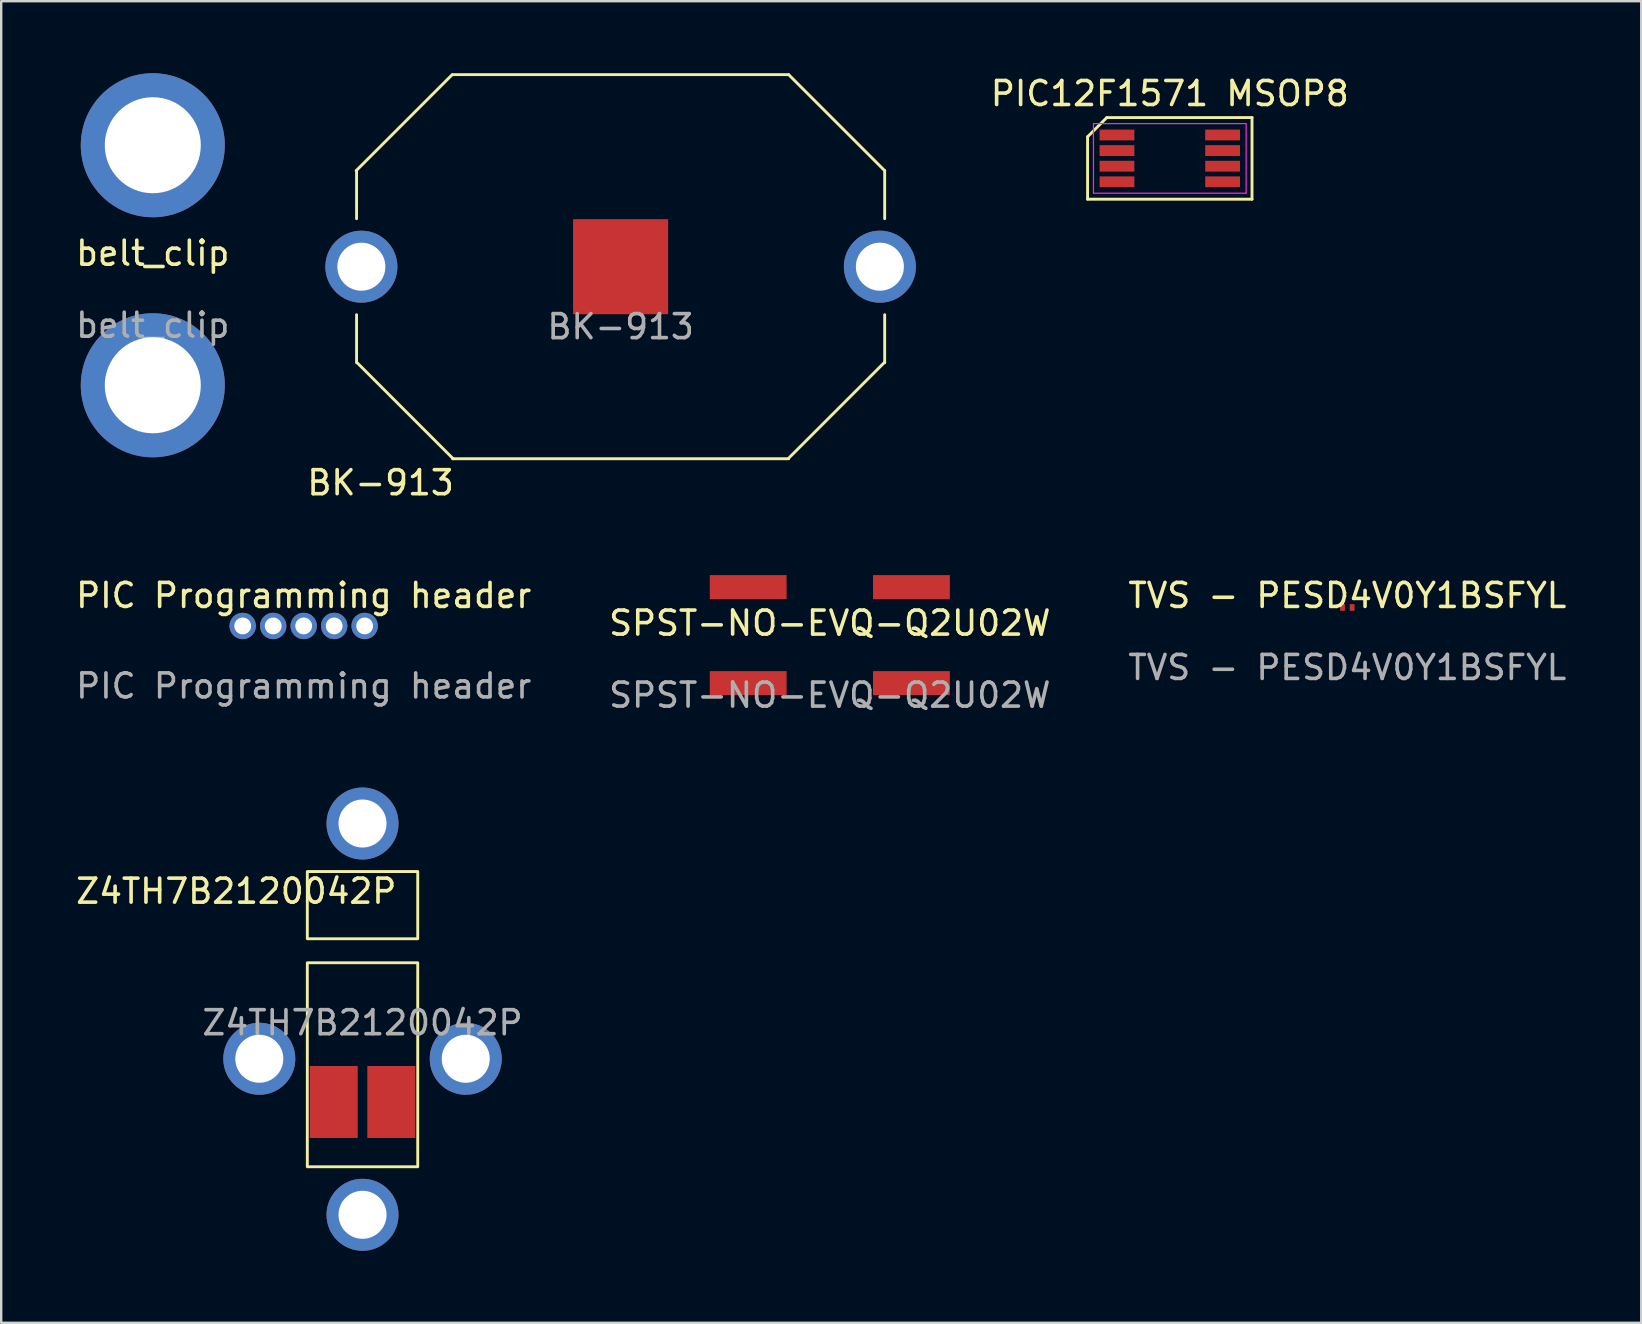
<source format=kicad_pcb>
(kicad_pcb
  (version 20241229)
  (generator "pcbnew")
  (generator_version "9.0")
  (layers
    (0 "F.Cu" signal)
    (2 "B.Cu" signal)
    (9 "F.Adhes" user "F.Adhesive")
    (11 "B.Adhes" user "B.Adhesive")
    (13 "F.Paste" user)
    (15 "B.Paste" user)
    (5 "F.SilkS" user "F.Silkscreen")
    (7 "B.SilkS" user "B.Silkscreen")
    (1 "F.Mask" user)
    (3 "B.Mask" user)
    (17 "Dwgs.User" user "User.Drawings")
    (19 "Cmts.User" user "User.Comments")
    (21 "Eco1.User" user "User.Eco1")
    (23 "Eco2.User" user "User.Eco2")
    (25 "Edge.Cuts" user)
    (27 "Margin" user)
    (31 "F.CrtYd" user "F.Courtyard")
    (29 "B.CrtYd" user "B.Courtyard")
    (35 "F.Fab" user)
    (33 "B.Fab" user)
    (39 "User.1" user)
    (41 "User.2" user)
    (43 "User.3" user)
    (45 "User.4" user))
  (footprint "Z4TH7B2120042P"
    (layer "F.Cu")
    (at 12.052 37.056)
    (property "Reference" "Z4TH7B2120042P" (at -5.26 -2.98 0) (unlocked yes) (layer "F.SilkS") (effects (font (size 1 1) (thickness 0.15))))
    (attr through_hole)
    (fp_rect (start -2.3 -3.8) (end 2.3 -1) (stroke (width 0.12) (type solid)) (fill no) (layer "F.SilkS"))
    (fp_rect (start -2.3 0) (end 2.3 8.5) (stroke (width 0.12) (type solid)) (fill no) (layer "F.SilkS"))
    (fp_text user "${REFERENCE}" (at 0 2.5 0) (unlocked yes) (layer "F.Fab") (effects (font (size 1 1) (thickness 0.15))))
    (pad "" thru_hole circle (at -4.3 4) (size 3 3) (drill 2) (layers "*.Cu" "*.Mask"))
    (pad "" thru_hole circle (at 0 -5.8) (size 3 3) (drill 2) (layers "*.Cu" "*.Mask"))
    (pad "" thru_hole circle (at 0 10.5) (size 3 3) (drill 2) (layers "*.Cu" "*.Mask"))
    (pad "" thru_hole circle (at 4.3 4) (size 3 3) (drill 2) (layers "*.Cu" "*.Mask"))
    (pad "1" smd rect (at 1.2 5.8) (size 2 3) (layers "F.Cu" "F.Mask" "F.Paste"))
    (pad "2" smd rect (at -1.2 5.8) (size 2 3) (layers "F.Cu" "F.Mask" "F.Paste")))
  (footprint "belt_clip"
    (layer "F.Cu")
    (at 3.315 8)
    (property "Reference" "belt_clip" (at 0 -0.5 0) (unlocked yes) (layer "F.SilkS") (effects (font (size 1 1) (thickness 0.15))))
    (attr through_hole)
    (fp_text user "${REFERENCE}" (at 0 2.5 0) (unlocked yes) (layer "F.Fab") (effects (font (size 1 1) (thickness 0.15))))
    (pad "1" thru_hole circle (at 0 -5) (size 6 6) (drill 4) (layers "*.Cu" "*.Mask"))
    (pad "1" thru_hole circle (at 0 5) (size 6 6) (drill 4) (layers "*.Cu" "*.Mask")))
  (footprint "TVS - PESD4V0Y1BSFYL"
    (layer "F.Cu")
    (at 53.077 22.256)
    (property "Reference" "TVS - PESD4V0Y1BSFYL" (at 0 -0.5 0) (unlocked yes) (layer "F.SilkS") (effects (font (size 1 1) (thickness 0.15))))
    (attr through_hole)
    (fp_text user "${REFERENCE}" (at 0 2.5 0) (unlocked yes) (layer "F.Fab") (effects (font (size 1 1) (thickness 0.15))))
    (pad "1" smd rect (at -0.2 0) (size 0.2 0.28) (layers "F.Cu" "F.Mask" "F.Paste"))
    (pad "2" smd rect (at 0.2 0) (size 0.2 0.28) (layers "F.Cu" "F.Mask" "F.Paste")))
  (footprint "PIC Programming header"
    (layer "F.Cu")
    (at 9.601 23.026)
    (property "Reference" "PIC Programming header" (at 0 -1.27 0) (unlocked yes) (layer "F.SilkS") (effects (font (size 1 1) (thickness 0.15))))
    (attr through_hole)
    (fp_text user "${REFERENCE}" (at 0 2.5 0) (unlocked yes) (layer "F.Fab") (effects (font (size 1 1) (thickness 0.15))))
    (pad "1" thru_hole circle (at -2.54 0) (size 1.1 1.1) (drill 0.7) (layers "*.Cu" "*.Mask"))
    (pad "2" thru_hole circle (at -1.27 0) (size 1.1 1.1) (drill 0.7) (layers "*.Cu" "*.Mask"))
    (pad "3" thru_hole circle (at 0 0) (size 1.1 1.1) (drill 0.7) (layers "*.Cu" "*.Mask"))
    (pad "4" thru_hole circle (at 1.27 0) (size 1.1 1.1) (drill 0.7) (layers "*.Cu" "*.Mask"))
    (pad "5" thru_hole circle (at 2.54 0) (size 1.1 1.1) (drill 0.7) (layers "*.Cu" "*.Mask")))
  (footprint "BK-913"
    (layer "F.Cu")
    (at 22.804 8.06)
    (property "Reference" "BK-913" (at -10 9 0) (unlocked yes) (layer "F.SilkS") (effects (font (size 1 1) (thickness 0.15))))
    (attr through_hole)
    (fp_line (start -11.018 -3.999) (end -7.018 -7.999) (stroke (width 0.12) (type solid)) (layer "F.SilkS"))
    (fp_line (start -11 -4) (end -11 -2) (stroke (width 0.12) (type solid)) (layer "F.SilkS"))
    (fp_line (start -11 4) (end -11 2) (stroke (width 0.12) (type solid)) (layer "F.SilkS"))
    (fp_line (start -10.976 4.001) (end -6.976 8.001) (stroke (width 0.12) (type solid)) (layer "F.SilkS"))
    (fp_line (start 7 -8) (end -7 -8) (stroke (width 0.12) (type solid)) (layer "F.SilkS"))
    (fp_line (start 7 -8) (end 11 -4) (stroke (width 0.12) (type solid)) (layer "F.SilkS"))
    (fp_line (start 7 8) (end -7 8) (stroke (width 0.12) (type solid)) (layer "F.SilkS"))
    (fp_line (start 7.001 7.976) (end 11.001 3.976) (stroke (width 0.12) (type solid)) (layer "F.SilkS"))
    (fp_line (start 11 -4) (end 11 -2) (stroke (width 0.12) (type solid)) (layer "F.SilkS"))
    (fp_line (start 11 4) (end 11 2) (stroke (width 0.12) (type solid)) (layer "F.SilkS"))
    (fp_text user "${REFERENCE}" (at 0 2.5 0) (unlocked yes) (layer "F.Fab") (effects (font (size 1 1) (thickness 0.15))))
    (pad "1" thru_hole circle (at -10.8 0) (size 3 3) (drill 2) (layers "*.Cu" "*.Mask"))
    (pad "1" thru_hole circle (at 10.8 0) (size 3 3) (drill 2) (layers "*.Cu" "*.Mask"))
    (pad "2" smd roundrect (at 0 0) (size 3.96 3.96) (layers "F.Cu" "F.Mask" "F.Paste") (roundrect_rratio 0.25) (chamfer_ratio 0) (chamfer top_left top_right bottom_left bottom_right)))
  (footprint "PIC12F1571 MSOP8"
    (layer "F.Cu")
    (at 45.681 3.548)
    (property "Reference" "PIC12F1571 MSOP8" (at 0 -2.7 0) (layer "F.SilkS") (effects (font (size 1 1) (thickness 0.15))))
    (attr smd)
    (fp_line (start -3.425 -0.9) (end -2.625 -1.7) (stroke (width 0.12) (type solid)) (layer "F.SilkS"))
    (fp_line (start -3.425 1.7) (end -3.425 -0.9) (stroke (width 0.12) (type solid)) (layer "F.SilkS"))
    (fp_line (start -2.625 -1.7) (end 3.425 -1.7) (stroke (width 0.12) (type solid)) (layer "F.SilkS"))
    (fp_line (start 3.425 -1.7) (end 3.425 1.7) (stroke (width 0.12) (type solid)) (layer "F.SilkS"))
    (fp_line (start 3.425 1.7) (end -3.425 1.7) (stroke (width 0.12) (type solid)) (layer "F.SilkS"))
    (fp_line (start -3.18 -1.45) (end 3.18 -1.45) (stroke (width 0.05) (type solid)) (layer "F.CrtYd"))
    (fp_line (start -3.18 1.45) (end -3.18 -1.45) (stroke (width 0.05) (type solid)) (layer "F.CrtYd"))
    (fp_line (start 3.18 -1.45) (end 3.18 1.45) (stroke (width 0.05) (type solid)) (layer "F.CrtYd"))
    (fp_line (start 3.18 1.45) (end -3.18 1.45) (stroke (width 0.05) (type solid)) (layer "F.CrtYd"))
    (pad "1" smd rect (at -2.2 -0.975 270) (size 0.45 1.45) (layers "F.Cu" "F.Mask" "F.Paste"))
    (pad "2" smd rect (at -2.2 -0.325 270) (size 0.45 1.45) (layers "F.Cu" "F.Mask" "F.Paste"))
    (pad "3" smd rect (at -2.2 0.325 270) (size 0.45 1.45) (layers "F.Cu" "F.Mask" "F.Paste"))
    (pad "4" smd rect (at -2.2 0.975 270) (size 0.45 1.45) (layers "F.Cu" "F.Mask" "F.Paste"))
    (pad "5" smd rect (at 2.2 0.975 270) (size 0.45 1.45) (layers "F.Cu" "F.Mask" "F.Paste"))
    (pad "6" smd rect (at 2.2 0.325 270) (size 0.45 1.45) (layers "F.Cu" "F.Mask" "F.Paste"))
    (pad "7" smd rect (at 2.2 -0.325 270) (size 0.45 1.45) (layers "F.Cu" "F.Mask" "F.Paste"))
    (pad "8" smd rect (at 2.2 -0.975 270) (size 0.45 1.45) (layers "F.Cu" "F.Mask" "F.Paste")))
  (footprint "SPST-NO-EVQ-Q2U02W"
    (layer "F.Cu")
    (at 31.518 23.408)
    (property "Reference" "SPST-NO-EVQ-Q2U02W" (at 0 -0.5 0) (unlocked yes) (layer "F.SilkS") (effects (font (size 1 1) (thickness 0.15))))
    (attr through_hole)
    (fp_text user "${REFERENCE}" (at 0 2.5 0) (unlocked yes) (layer "F.Fab") (effects (font (size 1 1) (thickness 0.15))))
    (pad "1" smd rect (at -3.4 2) (size 3.2 1) (layers "F.Cu" "F.Mask" "F.Paste"))
    (pad "2" smd rect (at 3.4 2) (size 3.2 1) (layers "F.Cu" "F.Mask" "F.Paste"))
    (pad "3" smd rect (at -3.4 -2) (size 3.2 1) (layers "F.Cu" "F.Mask" "F.Paste"))
    (pad "4" smd rect (at 3.4 -2) (size 3.2 1) (layers "F.Cu" "F.Mask" "F.Paste")))
  (gr_rect
    (start -3 -3)
    (end 65.321 52.056)
    (stroke (width 0.1) (type default))
    (fill no)
    (layer "Edge.Cuts")))
</source>
